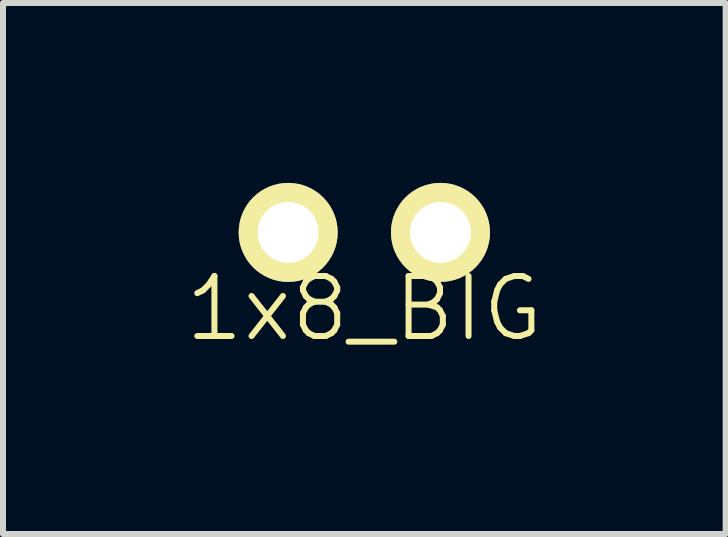
<source format=kicad_pcb>
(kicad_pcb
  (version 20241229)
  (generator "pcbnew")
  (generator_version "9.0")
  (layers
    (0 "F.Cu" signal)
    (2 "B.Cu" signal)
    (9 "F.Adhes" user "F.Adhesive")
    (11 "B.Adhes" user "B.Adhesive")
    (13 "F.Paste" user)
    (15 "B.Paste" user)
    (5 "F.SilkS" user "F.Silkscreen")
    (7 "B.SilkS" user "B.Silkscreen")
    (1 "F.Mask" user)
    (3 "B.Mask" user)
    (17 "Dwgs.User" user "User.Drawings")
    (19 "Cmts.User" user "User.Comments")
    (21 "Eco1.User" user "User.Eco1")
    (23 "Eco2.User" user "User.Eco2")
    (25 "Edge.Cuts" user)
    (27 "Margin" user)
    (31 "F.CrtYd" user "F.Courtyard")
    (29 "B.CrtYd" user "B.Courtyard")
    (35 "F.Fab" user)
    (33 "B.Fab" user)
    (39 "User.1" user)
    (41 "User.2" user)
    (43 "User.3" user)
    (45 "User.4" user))
  (footprint "1x8_BIG"
    (layer "F.Cu")
    (at 3.026 0.826)
    (property "Reference" "1x8_BIG" (at 0 1.27 0) (layer "F.SilkS") (effects (font (size 1 1) (thickness 0.1))))
    (attr through_hole)
    (pad "5" thru_hole circle (at -1.27 0) (size 1.651 1.651) (drill 1.016) (layers "*.Cu" "*.Mask" "F.SilkS"))
    (pad "6" thru_hole circle (at 1.27 0) (size 1.651 1.651) (drill 1.016) (layers "*.Cu" "*.Mask" "F.SilkS")))
  (gr_rect
    (start -3 -3)
    (end 9.052 5.856)
    (stroke (width 0.1) (type default))
    (fill no)
    (layer "Edge.Cuts")))
</source>
